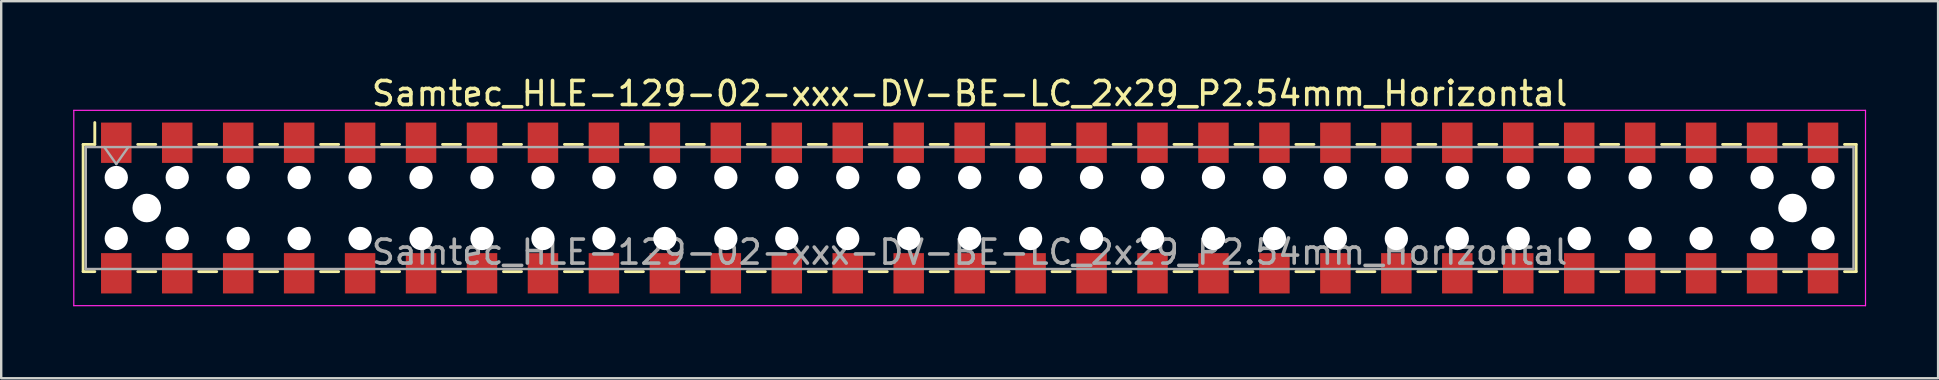
<source format=kicad_pcb>
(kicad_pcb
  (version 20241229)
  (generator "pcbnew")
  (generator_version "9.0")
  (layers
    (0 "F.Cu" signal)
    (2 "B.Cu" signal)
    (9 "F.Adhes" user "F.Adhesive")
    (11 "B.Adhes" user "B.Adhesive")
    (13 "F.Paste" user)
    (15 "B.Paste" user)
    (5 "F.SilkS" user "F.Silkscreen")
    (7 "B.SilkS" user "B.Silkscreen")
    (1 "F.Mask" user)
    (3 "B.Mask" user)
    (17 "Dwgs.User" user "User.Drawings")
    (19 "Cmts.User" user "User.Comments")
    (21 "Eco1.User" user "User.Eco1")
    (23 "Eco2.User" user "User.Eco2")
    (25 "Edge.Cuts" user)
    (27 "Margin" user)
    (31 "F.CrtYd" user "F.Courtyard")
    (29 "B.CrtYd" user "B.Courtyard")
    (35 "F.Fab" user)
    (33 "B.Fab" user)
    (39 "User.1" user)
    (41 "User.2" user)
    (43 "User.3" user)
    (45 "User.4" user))
  (footprint "Samtec_HLE-129-02-xxx-DV-BE-LC_2x29_P2.54mm_Horizontal"
    (layer "F.Cu")
    (at 37.355 5.618)
    (property "Reference" "Samtec_HLE-129-02-xxx-DV-BE-LC_2x29_P2.54mm_Horizontal" (at 0 -4.77 0) (layer "F.SilkS") (effects (font (size 1 1) (thickness 0.15))))
    (attr smd)
    (fp_line (start -36.94 -2.65) (end -36.94 2.65) (stroke (width 0.12) (type solid)) (layer "F.SilkS"))
    (fp_line (start -36.94 2.65) (end -36.455 2.65) (stroke (width 0.12) (type solid)) (layer "F.SilkS"))
    (fp_line (start -36.455 -3.56) (end -36.455 -2.65) (stroke (width 0.12) (type solid)) (layer "F.SilkS"))
    (fp_line (start -36.455 -2.65) (end -36.94 -2.65) (stroke (width 0.12) (type solid)) (layer "F.SilkS"))
    (fp_line (start -34.665 -2.65) (end -33.915 -2.65) (stroke (width 0.12) (type solid)) (layer "F.SilkS"))
    (fp_line (start -34.665 2.65) (end -33.915 2.65) (stroke (width 0.12) (type solid)) (layer "F.SilkS"))
    (fp_line (start -32.125 -2.65) (end -31.375 -2.65) (stroke (width 0.12) (type solid)) (layer "F.SilkS"))
    (fp_line (start -32.125 2.65) (end -31.375 2.65) (stroke (width 0.12) (type solid)) (layer "F.SilkS"))
    (fp_line (start -29.585 -2.65) (end -28.835 -2.65) (stroke (width 0.12) (type solid)) (layer "F.SilkS"))
    (fp_line (start -29.585 2.65) (end -28.835 2.65) (stroke (width 0.12) (type solid)) (layer "F.SilkS"))
    (fp_line (start -27.045 -2.65) (end -26.295 -2.65) (stroke (width 0.12) (type solid)) (layer "F.SilkS"))
    (fp_line (start -27.045 2.65) (end -26.295 2.65) (stroke (width 0.12) (type solid)) (layer "F.SilkS"))
    (fp_line (start -24.505 -2.65) (end -23.755 -2.65) (stroke (width 0.12) (type solid)) (layer "F.SilkS"))
    (fp_line (start -24.505 2.65) (end -23.755 2.65) (stroke (width 0.12) (type solid)) (layer "F.SilkS"))
    (fp_line (start -21.965 -2.65) (end -21.215 -2.65) (stroke (width 0.12) (type solid)) (layer "F.SilkS"))
    (fp_line (start -21.965 2.65) (end -21.215 2.65) (stroke (width 0.12) (type solid)) (layer "F.SilkS"))
    (fp_line (start -19.425 -2.65) (end -18.675 -2.65) (stroke (width 0.12) (type solid)) (layer "F.SilkS"))
    (fp_line (start -19.425 2.65) (end -18.675 2.65) (stroke (width 0.12) (type solid)) (layer "F.SilkS"))
    (fp_line (start -16.885 -2.65) (end -16.135 -2.65) (stroke (width 0.12) (type solid)) (layer "F.SilkS"))
    (fp_line (start -16.885 2.65) (end -16.135 2.65) (stroke (width 0.12) (type solid)) (layer "F.SilkS"))
    (fp_line (start -14.345 -2.65) (end -13.595 -2.65) (stroke (width 0.12) (type solid)) (layer "F.SilkS"))
    (fp_line (start -14.345 2.65) (end -13.595 2.65) (stroke (width 0.12) (type solid)) (layer "F.SilkS"))
    (fp_line (start -11.805 -2.65) (end -11.055 -2.65) (stroke (width 0.12) (type solid)) (layer "F.SilkS"))
    (fp_line (start -11.805 2.65) (end -11.055 2.65) (stroke (width 0.12) (type solid)) (layer "F.SilkS"))
    (fp_line (start -9.265 -2.65) (end -8.515 -2.65) (stroke (width 0.12) (type solid)) (layer "F.SilkS"))
    (fp_line (start -9.265 2.65) (end -8.515 2.65) (stroke (width 0.12) (type solid)) (layer "F.SilkS"))
    (fp_line (start -6.725 -2.65) (end -5.975 -2.65) (stroke (width 0.12) (type solid)) (layer "F.SilkS"))
    (fp_line (start -6.725 2.65) (end -5.975 2.65) (stroke (width 0.12) (type solid)) (layer "F.SilkS"))
    (fp_line (start -4.185 -2.65) (end -3.435 -2.65) (stroke (width 0.12) (type solid)) (layer "F.SilkS"))
    (fp_line (start -4.185 2.65) (end -3.435 2.65) (stroke (width 0.12) (type solid)) (layer "F.SilkS"))
    (fp_line (start -1.645 -2.65) (end -0.895 -2.65) (stroke (width 0.12) (type solid)) (layer "F.SilkS"))
    (fp_line (start -1.645 2.65) (end -0.895 2.65) (stroke (width 0.12) (type solid)) (layer "F.SilkS"))
    (fp_line (start 0.895 -2.65) (end 1.645 -2.65) (stroke (width 0.12) (type solid)) (layer "F.SilkS"))
    (fp_line (start 0.895 2.65) (end 1.645 2.65) (stroke (width 0.12) (type solid)) (layer "F.SilkS"))
    (fp_line (start 3.435 -2.65) (end 4.185 -2.65) (stroke (width 0.12) (type solid)) (layer "F.SilkS"))
    (fp_line (start 3.435 2.65) (end 4.185 2.65) (stroke (width 0.12) (type solid)) (layer "F.SilkS"))
    (fp_line (start 5.975 -2.65) (end 6.725 -2.65) (stroke (width 0.12) (type solid)) (layer "F.SilkS"))
    (fp_line (start 5.975 2.65) (end 6.725 2.65) (stroke (width 0.12) (type solid)) (layer "F.SilkS"))
    (fp_line (start 8.515 -2.65) (end 9.265 -2.65) (stroke (width 0.12) (type solid)) (layer "F.SilkS"))
    (fp_line (start 8.515 2.65) (end 9.265 2.65) (stroke (width 0.12) (type solid)) (layer "F.SilkS"))
    (fp_line (start 11.055 -2.65) (end 11.805 -2.65) (stroke (width 0.12) (type solid)) (layer "F.SilkS"))
    (fp_line (start 11.055 2.65) (end 11.805 2.65) (stroke (width 0.12) (type solid)) (layer "F.SilkS"))
    (fp_line (start 13.595 -2.65) (end 14.345 -2.65) (stroke (width 0.12) (type solid)) (layer "F.SilkS"))
    (fp_line (start 13.595 2.65) (end 14.345 2.65) (stroke (width 0.12) (type solid)) (layer "F.SilkS"))
    (fp_line (start 16.135 -2.65) (end 16.885 -2.65) (stroke (width 0.12) (type solid)) (layer "F.SilkS"))
    (fp_line (start 16.135 2.65) (end 16.885 2.65) (stroke (width 0.12) (type solid)) (layer "F.SilkS"))
    (fp_line (start 18.675 -2.65) (end 19.425 -2.65) (stroke (width 0.12) (type solid)) (layer "F.SilkS"))
    (fp_line (start 18.675 2.65) (end 19.425 2.65) (stroke (width 0.12) (type solid)) (layer "F.SilkS"))
    (fp_line (start 21.215 -2.65) (end 21.965 -2.65) (stroke (width 0.12) (type solid)) (layer "F.SilkS"))
    (fp_line (start 21.215 2.65) (end 21.965 2.65) (stroke (width 0.12) (type solid)) (layer "F.SilkS"))
    (fp_line (start 23.755 -2.65) (end 24.505 -2.65) (stroke (width 0.12) (type solid)) (layer "F.SilkS"))
    (fp_line (start 23.755 2.65) (end 24.505 2.65) (stroke (width 0.12) (type solid)) (layer "F.SilkS"))
    (fp_line (start 26.295 -2.65) (end 27.045 -2.65) (stroke (width 0.12) (type solid)) (layer "F.SilkS"))
    (fp_line (start 26.295 2.65) (end 27.045 2.65) (stroke (width 0.12) (type solid)) (layer "F.SilkS"))
    (fp_line (start 28.835 -2.65) (end 29.585 -2.65) (stroke (width 0.12) (type solid)) (layer "F.SilkS"))
    (fp_line (start 28.835 2.65) (end 29.585 2.65) (stroke (width 0.12) (type solid)) (layer "F.SilkS"))
    (fp_line (start 31.375 -2.65) (end 32.125 -2.65) (stroke (width 0.12) (type solid)) (layer "F.SilkS"))
    (fp_line (start 31.375 2.65) (end 32.125 2.65) (stroke (width 0.12) (type solid)) (layer "F.SilkS"))
    (fp_line (start 33.915 -2.65) (end 34.665 -2.65) (stroke (width 0.12) (type solid)) (layer "F.SilkS"))
    (fp_line (start 33.915 2.65) (end 34.665 2.65) (stroke (width 0.12) (type solid)) (layer "F.SilkS"))
    (fp_line (start 36.455 -2.65) (end 36.94 -2.65) (stroke (width 0.12) (type solid)) (layer "F.SilkS"))
    (fp_line (start 36.94 -2.65) (end 36.94 2.65) (stroke (width 0.12) (type solid)) (layer "F.SilkS"))
    (fp_line (start 36.94 2.65) (end 36.455 2.65) (stroke (width 0.12) (type solid)) (layer "F.SilkS"))
    (fp_line (start -37.33 -4.07) (end 37.33 -4.07) (stroke (width 0.05) (type solid)) (layer "F.CrtYd"))
    (fp_line (start -37.33 4.07) (end -37.33 -4.07) (stroke (width 0.05) (type solid)) (layer "F.CrtYd"))
    (fp_line (start 37.33 -4.07) (end 37.33 4.07) (stroke (width 0.05) (type solid)) (layer "F.CrtYd"))
    (fp_line (start 37.33 4.07) (end -37.33 4.07) (stroke (width 0.05) (type solid)) (layer "F.CrtYd"))
    (fp_line (start -36.83 -2.54) (end 36.83 -2.54) (stroke (width 0.1) (type solid)) (layer "F.Fab"))
    (fp_line (start -36.83 2.54) (end -36.83 -2.54) (stroke (width 0.1) (type solid)) (layer "F.Fab"))
    (fp_line (start -36.06 -2.54) (end -35.56 -1.833) (stroke (width 0.1) (type solid)) (layer "F.Fab"))
    (fp_line (start -35.56 -1.833) (end -35.06 -2.54) (stroke (width 0.1) (type solid)) (layer "F.Fab"))
    (fp_line (start 36.83 -2.54) (end 36.83 2.54) (stroke (width 0.1) (type solid)) (layer "F.Fab"))
    (fp_line (start 36.83 2.54) (end -36.83 2.54) (stroke (width 0.1) (type solid)) (layer "F.Fab"))
    (fp_text user "${REFERENCE}" (at 0 1.84 0) (layer "F.Fab") (effects (font (size 1 1) (thickness 0.15))))
    (pad "" np_thru_hole circle (at -35.56 -1.27) (size 0.97 0.97) (drill 0.97) (layers "*.Cu" "*.Mask"))
    (pad "" np_thru_hole circle (at -35.56 1.27) (size 0.97 0.97) (drill 0.97) (layers "*.Cu" "*.Mask"))
    (pad "" np_thru_hole circle (at -34.29 0) (size 1.19 1.19) (drill 1.19) (layers "*.Cu" "*.Mask"))
    (pad "" np_thru_hole circle (at -33.02 -1.27) (size 0.97 0.97) (drill 0.97) (layers "*.Cu" "*.Mask"))
    (pad "" np_thru_hole circle (at -33.02 1.27) (size 0.97 0.97) (drill 0.97) (layers "*.Cu" "*.Mask"))
    (pad "" np_thru_hole circle (at -30.48 -1.27) (size 0.97 0.97) (drill 0.97) (layers "*.Cu" "*.Mask"))
    (pad "" np_thru_hole circle (at -30.48 1.27) (size 0.97 0.97) (drill 0.97) (layers "*.Cu" "*.Mask"))
    (pad "" np_thru_hole circle (at -27.94 -1.27) (size 0.97 0.97) (drill 0.97) (layers "*.Cu" "*.Mask"))
    (pad "" np_thru_hole circle (at -27.94 1.27) (size 0.97 0.97) (drill 0.97) (layers "*.Cu" "*.Mask"))
    (pad "" np_thru_hole circle (at -25.4 -1.27) (size 0.97 0.97) (drill 0.97) (layers "*.Cu" "*.Mask"))
    (pad "" np_thru_hole circle (at -25.4 1.27) (size 0.97 0.97) (drill 0.97) (layers "*.Cu" "*.Mask"))
    (pad "" np_thru_hole circle (at -22.86 -1.27) (size 0.97 0.97) (drill 0.97) (layers "*.Cu" "*.Mask"))
    (pad "" np_thru_hole circle (at -22.86 1.27) (size 0.97 0.97) (drill 0.97) (layers "*.Cu" "*.Mask"))
    (pad "" np_thru_hole circle (at -20.32 -1.27) (size 0.97 0.97) (drill 0.97) (layers "*.Cu" "*.Mask"))
    (pad "" np_thru_hole circle (at -20.32 1.27) (size 0.97 0.97) (drill 0.97) (layers "*.Cu" "*.Mask"))
    (pad "" np_thru_hole circle (at -17.78 -1.27) (size 0.97 0.97) (drill 0.97) (layers "*.Cu" "*.Mask"))
    (pad "" np_thru_hole circle (at -17.78 1.27) (size 0.97 0.97) (drill 0.97) (layers "*.Cu" "*.Mask"))
    (pad "" np_thru_hole circle (at -15.24 -1.27) (size 0.97 0.97) (drill 0.97) (layers "*.Cu" "*.Mask"))
    (pad "" np_thru_hole circle (at -15.24 1.27) (size 0.97 0.97) (drill 0.97) (layers "*.Cu" "*.Mask"))
    (pad "" np_thru_hole circle (at -12.7 -1.27) (size 0.97 0.97) (drill 0.97) (layers "*.Cu" "*.Mask"))
    (pad "" np_thru_hole circle (at -12.7 1.27) (size 0.97 0.97) (drill 0.97) (layers "*.Cu" "*.Mask"))
    (pad "" np_thru_hole circle (at -10.16 -1.27) (size 0.97 0.97) (drill 0.97) (layers "*.Cu" "*.Mask"))
    (pad "" np_thru_hole circle (at -10.16 1.27) (size 0.97 0.97) (drill 0.97) (layers "*.Cu" "*.Mask"))
    (pad "" np_thru_hole circle (at -7.62 -1.27) (size 0.97 0.97) (drill 0.97) (layers "*.Cu" "*.Mask"))
    (pad "" np_thru_hole circle (at -7.62 1.27) (size 0.97 0.97) (drill 0.97) (layers "*.Cu" "*.Mask"))
    (pad "" np_thru_hole circle (at -5.08 -1.27) (size 0.97 0.97) (drill 0.97) (layers "*.Cu" "*.Mask"))
    (pad "" np_thru_hole circle (at -5.08 1.27) (size 0.97 0.97) (drill 0.97) (layers "*.Cu" "*.Mask"))
    (pad "" np_thru_hole circle (at -2.54 -1.27) (size 0.97 0.97) (drill 0.97) (layers "*.Cu" "*.Mask"))
    (pad "" np_thru_hole circle (at -2.54 1.27) (size 0.97 0.97) (drill 0.97) (layers "*.Cu" "*.Mask"))
    (pad "" np_thru_hole circle (at 0 -1.27) (size 0.97 0.97) (drill 0.97) (layers "*.Cu" "*.Mask"))
    (pad "" np_thru_hole circle (at 0 1.27) (size 0.97 0.97) (drill 0.97) (layers "*.Cu" "*.Mask"))
    (pad "" np_thru_hole circle (at 2.54 -1.27) (size 0.97 0.97) (drill 0.97) (layers "*.Cu" "*.Mask"))
    (pad "" np_thru_hole circle (at 2.54 1.27) (size 0.97 0.97) (drill 0.97) (layers "*.Cu" "*.Mask"))
    (pad "" np_thru_hole circle (at 5.08 -1.27) (size 0.97 0.97) (drill 0.97) (layers "*.Cu" "*.Mask"))
    (pad "" np_thru_hole circle (at 5.08 1.27) (size 0.97 0.97) (drill 0.97) (layers "*.Cu" "*.Mask"))
    (pad "" np_thru_hole circle (at 7.62 -1.27) (size 0.97 0.97) (drill 0.97) (layers "*.Cu" "*.Mask"))
    (pad "" np_thru_hole circle (at 7.62 1.27) (size 0.97 0.97) (drill 0.97) (layers "*.Cu" "*.Mask"))
    (pad "" np_thru_hole circle (at 10.16 -1.27) (size 0.97 0.97) (drill 0.97) (layers "*.Cu" "*.Mask"))
    (pad "" np_thru_hole circle (at 10.16 1.27) (size 0.97 0.97) (drill 0.97) (layers "*.Cu" "*.Mask"))
    (pad "" np_thru_hole circle (at 12.7 -1.27) (size 0.97 0.97) (drill 0.97) (layers "*.Cu" "*.Mask"))
    (pad "" np_thru_hole circle (at 12.7 1.27) (size 0.97 0.97) (drill 0.97) (layers "*.Cu" "*.Mask"))
    (pad "" np_thru_hole circle (at 15.24 -1.27) (size 0.97 0.97) (drill 0.97) (layers "*.Cu" "*.Mask"))
    (pad "" np_thru_hole circle (at 15.24 1.27) (size 0.97 0.97) (drill 0.97) (layers "*.Cu" "*.Mask"))
    (pad "" np_thru_hole circle (at 17.78 -1.27) (size 0.97 0.97) (drill 0.97) (layers "*.Cu" "*.Mask"))
    (pad "" np_thru_hole circle (at 17.78 1.27) (size 0.97 0.97) (drill 0.97) (layers "*.Cu" "*.Mask"))
    (pad "" np_thru_hole circle (at 20.32 -1.27) (size 0.97 0.97) (drill 0.97) (layers "*.Cu" "*.Mask"))
    (pad "" np_thru_hole circle (at 20.32 1.27) (size 0.97 0.97) (drill 0.97) (layers "*.Cu" "*.Mask"))
    (pad "" np_thru_hole circle (at 22.86 -1.27) (size 0.97 0.97) (drill 0.97) (layers "*.Cu" "*.Mask"))
    (pad "" np_thru_hole circle (at 22.86 1.27) (size 0.97 0.97) (drill 0.97) (layers "*.Cu" "*.Mask"))
    (pad "" np_thru_hole circle (at 25.4 -1.27) (size 0.97 0.97) (drill 0.97) (layers "*.Cu" "*.Mask"))
    (pad "" np_thru_hole circle (at 25.4 1.27) (size 0.97 0.97) (drill 0.97) (layers "*.Cu" "*.Mask"))
    (pad "" np_thru_hole circle (at 27.94 -1.27) (size 0.97 0.97) (drill 0.97) (layers "*.Cu" "*.Mask"))
    (pad "" np_thru_hole circle (at 27.94 1.27) (size 0.97 0.97) (drill 0.97) (layers "*.Cu" "*.Mask"))
    (pad "" np_thru_hole circle (at 30.48 -1.27) (size 0.97 0.97) (drill 0.97) (layers "*.Cu" "*.Mask"))
    (pad "" np_thru_hole circle (at 30.48 1.27) (size 0.97 0.97) (drill 0.97) (layers "*.Cu" "*.Mask"))
    (pad "" np_thru_hole circle (at 33.02 -1.27) (size 0.97 0.97) (drill 0.97) (layers "*.Cu" "*.Mask"))
    (pad "" np_thru_hole circle (at 33.02 1.27) (size 0.97 0.97) (drill 0.97) (layers "*.Cu" "*.Mask"))
    (pad "" np_thru_hole circle (at 34.29 0) (size 1.19 1.19) (drill 1.19) (layers "*.Cu" "*.Mask"))
    (pad "" np_thru_hole circle (at 35.56 -1.27) (size 0.97 0.97) (drill 0.97) (layers "*.Cu" "*.Mask"))
    (pad "" np_thru_hole circle (at 35.56 1.27) (size 0.97 0.97) (drill 0.97) (layers "*.Cu" "*.Mask"))
    (pad "1" smd rect (at -35.56 -2.72) (size 1.27 1.68) (layers "F.Cu" "F.Mask" "F.Paste"))
    (pad "2" smd rect (at -35.56 2.72) (size 1.27 1.68) (layers "F.Cu" "F.Mask" "F.Paste"))
    (pad "3" smd rect (at -33.02 -2.72) (size 1.27 1.68) (layers "F.Cu" "F.Mask" "F.Paste"))
    (pad "4" smd rect (at -33.02 2.72) (size 1.27 1.68) (layers "F.Cu" "F.Mask" "F.Paste"))
    (pad "5" smd rect (at -30.48 -2.72) (size 1.27 1.68) (layers "F.Cu" "F.Mask" "F.Paste"))
    (pad "6" smd rect (at -30.48 2.72) (size 1.27 1.68) (layers "F.Cu" "F.Mask" "F.Paste"))
    (pad "7" smd rect (at -27.94 -2.72) (size 1.27 1.68) (layers "F.Cu" "F.Mask" "F.Paste"))
    (pad "8" smd rect (at -27.94 2.72) (size 1.27 1.68) (layers "F.Cu" "F.Mask" "F.Paste"))
    (pad "9" smd rect (at -25.4 -2.72) (size 1.27 1.68) (layers "F.Cu" "F.Mask" "F.Paste"))
    (pad "10" smd rect (at -25.4 2.72) (size 1.27 1.68) (layers "F.Cu" "F.Mask" "F.Paste"))
    (pad "11" smd rect (at -22.86 -2.72) (size 1.27 1.68) (layers "F.Cu" "F.Mask" "F.Paste"))
    (pad "12" smd rect (at -22.86 2.72) (size 1.27 1.68) (layers "F.Cu" "F.Mask" "F.Paste"))
    (pad "13" smd rect (at -20.32 -2.72) (size 1.27 1.68) (layers "F.Cu" "F.Mask" "F.Paste"))
    (pad "14" smd rect (at -20.32 2.72) (size 1.27 1.68) (layers "F.Cu" "F.Mask" "F.Paste"))
    (pad "15" smd rect (at -17.78 -2.72) (size 1.27 1.68) (layers "F.Cu" "F.Mask" "F.Paste"))
    (pad "16" smd rect (at -17.78 2.72) (size 1.27 1.68) (layers "F.Cu" "F.Mask" "F.Paste"))
    (pad "17" smd rect (at -15.24 -2.72) (size 1.27 1.68) (layers "F.Cu" "F.Mask" "F.Paste"))
    (pad "18" smd rect (at -15.24 2.72) (size 1.27 1.68) (layers "F.Cu" "F.Mask" "F.Paste"))
    (pad "19" smd rect (at -12.7 -2.72) (size 1.27 1.68) (layers "F.Cu" "F.Mask" "F.Paste"))
    (pad "20" smd rect (at -12.7 2.72) (size 1.27 1.68) (layers "F.Cu" "F.Mask" "F.Paste"))
    (pad "21" smd rect (at -10.16 -2.72) (size 1.27 1.68) (layers "F.Cu" "F.Mask" "F.Paste"))
    (pad "22" smd rect (at -10.16 2.72) (size 1.27 1.68) (layers "F.Cu" "F.Mask" "F.Paste"))
    (pad "23" smd rect (at -7.62 -2.72) (size 1.27 1.68) (layers "F.Cu" "F.Mask" "F.Paste"))
    (pad "24" smd rect (at -7.62 2.72) (size 1.27 1.68) (layers "F.Cu" "F.Mask" "F.Paste"))
    (pad "25" smd rect (at -5.08 -2.72) (size 1.27 1.68) (layers "F.Cu" "F.Mask" "F.Paste"))
    (pad "26" smd rect (at -5.08 2.72) (size 1.27 1.68) (layers "F.Cu" "F.Mask" "F.Paste"))
    (pad "27" smd rect (at -2.54 -2.72) (size 1.27 1.68) (layers "F.Cu" "F.Mask" "F.Paste"))
    (pad "28" smd rect (at -2.54 2.72) (size 1.27 1.68) (layers "F.Cu" "F.Mask" "F.Paste"))
    (pad "29" smd rect (at 0 -2.72) (size 1.27 1.68) (layers "F.Cu" "F.Mask" "F.Paste"))
    (pad "30" smd rect (at 0 2.72) (size 1.27 1.68) (layers "F.Cu" "F.Mask" "F.Paste"))
    (pad "31" smd rect (at 2.54 -2.72) (size 1.27 1.68) (layers "F.Cu" "F.Mask" "F.Paste"))
    (pad "32" smd rect (at 2.54 2.72) (size 1.27 1.68) (layers "F.Cu" "F.Mask" "F.Paste"))
    (pad "33" smd rect (at 5.08 -2.72) (size 1.27 1.68) (layers "F.Cu" "F.Mask" "F.Paste"))
    (pad "34" smd rect (at 5.08 2.72) (size 1.27 1.68) (layers "F.Cu" "F.Mask" "F.Paste"))
    (pad "35" smd rect (at 7.62 -2.72) (size 1.27 1.68) (layers "F.Cu" "F.Mask" "F.Paste"))
    (pad "36" smd rect (at 7.62 2.72) (size 1.27 1.68) (layers "F.Cu" "F.Mask" "F.Paste"))
    (pad "37" smd rect (at 10.16 -2.72) (size 1.27 1.68) (layers "F.Cu" "F.Mask" "F.Paste"))
    (pad "38" smd rect (at 10.16 2.72) (size 1.27 1.68) (layers "F.Cu" "F.Mask" "F.Paste"))
    (pad "39" smd rect (at 12.7 -2.72) (size 1.27 1.68) (layers "F.Cu" "F.Mask" "F.Paste"))
    (pad "40" smd rect (at 12.7 2.72) (size 1.27 1.68) (layers "F.Cu" "F.Mask" "F.Paste"))
    (pad "41" smd rect (at 15.24 -2.72) (size 1.27 1.68) (layers "F.Cu" "F.Mask" "F.Paste"))
    (pad "42" smd rect (at 15.24 2.72) (size 1.27 1.68) (layers "F.Cu" "F.Mask" "F.Paste"))
    (pad "43" smd rect (at 17.78 -2.72) (size 1.27 1.68) (layers "F.Cu" "F.Mask" "F.Paste"))
    (pad "44" smd rect (at 17.78 2.72) (size 1.27 1.68) (layers "F.Cu" "F.Mask" "F.Paste"))
    (pad "45" smd rect (at 20.32 -2.72) (size 1.27 1.68) (layers "F.Cu" "F.Mask" "F.Paste"))
    (pad "46" smd rect (at 20.32 2.72) (size 1.27 1.68) (layers "F.Cu" "F.Mask" "F.Paste"))
    (pad "47" smd rect (at 22.86 -2.72) (size 1.27 1.68) (layers "F.Cu" "F.Mask" "F.Paste"))
    (pad "48" smd rect (at 22.86 2.72) (size 1.27 1.68) (layers "F.Cu" "F.Mask" "F.Paste"))
    (pad "49" smd rect (at 25.4 -2.72) (size 1.27 1.68) (layers "F.Cu" "F.Mask" "F.Paste"))
    (pad "50" smd rect (at 25.4 2.72) (size 1.27 1.68) (layers "F.Cu" "F.Mask" "F.Paste"))
    (pad "51" smd rect (at 27.94 -2.72) (size 1.27 1.68) (layers "F.Cu" "F.Mask" "F.Paste"))
    (pad "52" smd rect (at 27.94 2.72) (size 1.27 1.68) (layers "F.Cu" "F.Mask" "F.Paste"))
    (pad "53" smd rect (at 30.48 -2.72) (size 1.27 1.68) (layers "F.Cu" "F.Mask" "F.Paste"))
    (pad "54" smd rect (at 30.48 2.72) (size 1.27 1.68) (layers "F.Cu" "F.Mask" "F.Paste"))
    (pad "55" smd rect (at 33.02 -2.72) (size 1.27 1.68) (layers "F.Cu" "F.Mask" "F.Paste"))
    (pad "56" smd rect (at 33.02 2.72) (size 1.27 1.68) (layers "F.Cu" "F.Mask" "F.Paste"))
    (pad "57" smd rect (at 35.56 -2.72) (size 1.27 1.68) (layers "F.Cu" "F.Mask" "F.Paste"))
    (pad "58" smd rect (at 35.56 2.72) (size 1.27 1.68) (layers "F.Cu" "F.Mask" "F.Paste")))
  (gr_rect
    (start -3 -3)
    (end 77.71 12.713)
    (stroke (width 0.1) (type default))
    (fill no)
    (layer "Edge.Cuts")))
</source>
